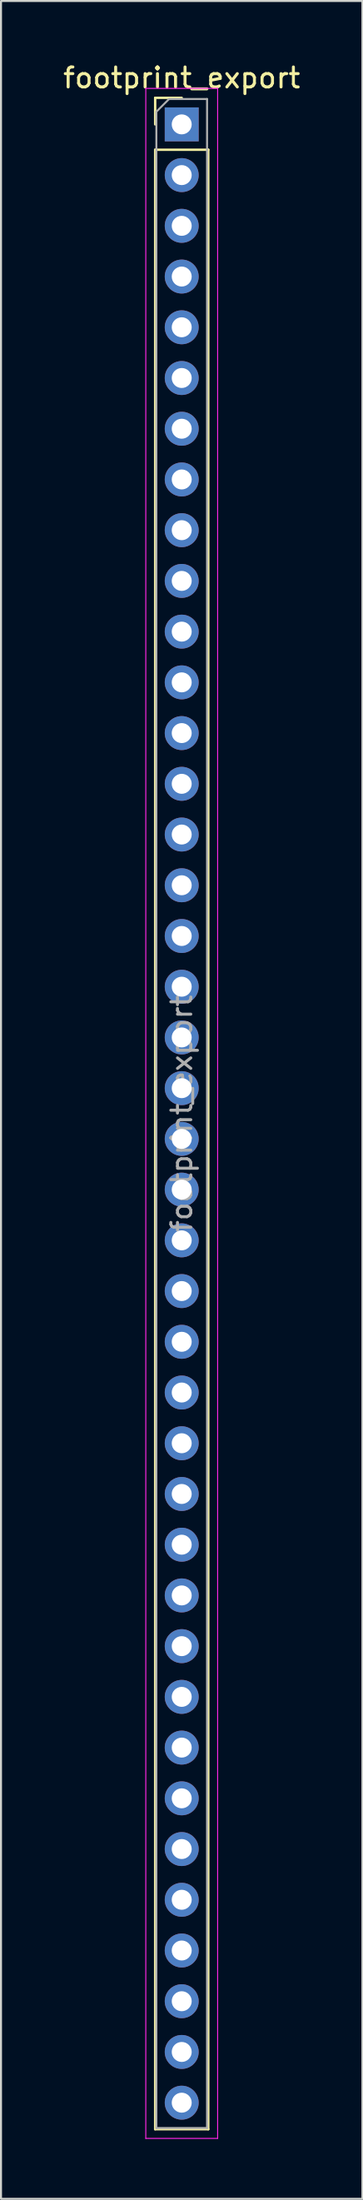
<source format=kicad_pcb>
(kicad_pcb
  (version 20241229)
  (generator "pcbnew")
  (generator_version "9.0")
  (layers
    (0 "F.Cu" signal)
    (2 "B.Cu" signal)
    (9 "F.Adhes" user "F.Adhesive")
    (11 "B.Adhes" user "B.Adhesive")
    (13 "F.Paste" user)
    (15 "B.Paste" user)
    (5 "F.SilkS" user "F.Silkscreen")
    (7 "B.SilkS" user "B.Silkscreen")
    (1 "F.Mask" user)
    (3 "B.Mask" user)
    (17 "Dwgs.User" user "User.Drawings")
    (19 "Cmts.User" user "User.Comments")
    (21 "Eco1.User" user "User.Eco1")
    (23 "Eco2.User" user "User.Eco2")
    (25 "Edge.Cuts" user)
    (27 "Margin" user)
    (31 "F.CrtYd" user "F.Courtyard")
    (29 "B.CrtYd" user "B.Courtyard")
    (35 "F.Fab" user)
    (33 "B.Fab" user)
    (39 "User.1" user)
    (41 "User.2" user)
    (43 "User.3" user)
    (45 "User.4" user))
  (footprint "footprint_export"
    (layer "F.Cu")
    (at 6.054 3.178)
    (property "Reference" "footprint_export" (at 0 -2.33 0) (layer "F.SilkS") (effects (font (size 1 1) (thickness 0.15))))
    (attr through_hole)
    (fp_line (start -1.33 -1.33) (end 0 -1.33) (stroke (width 0.12) (type solid)) (layer "F.SilkS"))
    (fp_line (start -1.33 0) (end -1.33 -1.33) (stroke (width 0.12) (type solid)) (layer "F.SilkS"))
    (fp_line (start -1.33 1.27) (end -1.33 100.39) (stroke (width 0.12) (type solid)) (layer "F.SilkS"))
    (fp_line (start -1.33 1.27) (end 1.33 1.27) (stroke (width 0.12) (type solid)) (layer "F.SilkS"))
    (fp_line (start -1.33 100.39) (end 1.33 100.39) (stroke (width 0.12) (type solid)) (layer "F.SilkS"))
    (fp_line (start 1.33 1.27) (end 1.33 100.39) (stroke (width 0.12) (type solid)) (layer "F.SilkS"))
    (fp_line (start -1.8 -1.8) (end -1.8 100.85) (stroke (width 0.05) (type solid)) (layer "F.CrtYd"))
    (fp_line (start -1.8 100.85) (end 1.8 100.85) (stroke (width 0.05) (type solid)) (layer "F.CrtYd"))
    (fp_line (start 1.8 -1.8) (end -1.8 -1.8) (stroke (width 0.05) (type solid)) (layer "F.CrtYd"))
    (fp_line (start 1.8 100.85) (end 1.8 -1.8) (stroke (width 0.05) (type solid)) (layer "F.CrtYd"))
    (fp_line (start -1.27 -0.635) (end -0.635 -1.27) (stroke (width 0.1) (type solid)) (layer "F.Fab"))
    (fp_line (start -1.27 100.33) (end -1.27 -0.635) (stroke (width 0.1) (type solid)) (layer "F.Fab"))
    (fp_line (start -0.635 -1.27) (end 1.27 -1.27) (stroke (width 0.1) (type solid)) (layer "F.Fab"))
    (fp_line (start 1.27 -1.27) (end 1.27 100.33) (stroke (width 0.1) (type solid)) (layer "F.Fab"))
    (fp_line (start 1.27 100.33) (end -1.27 100.33) (stroke (width 0.1) (type solid)) (layer "F.Fab"))
    (fp_text user "${REFERENCE}" (at 0 49.53 90) (layer "F.Fab") (effects (font (size 1 1) (thickness 0.15))))
    (pad "1" thru_hole rect (at 0 0) (size 1.7 1.7) (drill 1) (layers "*.Cu" "*.Mask"))
    (pad "2" thru_hole oval (at 0 2.54) (size 1.7 1.7) (drill 1) (layers "*.Cu" "*.Mask"))
    (pad "3" thru_hole oval (at 0 5.08) (size 1.7 1.7) (drill 1) (layers "*.Cu" "*.Mask"))
    (pad "4" thru_hole oval (at 0 7.62) (size 1.7 1.7) (drill 1) (layers "*.Cu" "*.Mask"))
    (pad "5" thru_hole oval (at 0 10.16) (size 1.7 1.7) (drill 1) (layers "*.Cu" "*.Mask"))
    (pad "6" thru_hole oval (at 0 12.7) (size 1.7 1.7) (drill 1) (layers "*.Cu" "*.Mask"))
    (pad "7" thru_hole oval (at 0 15.24) (size 1.7 1.7) (drill 1) (layers "*.Cu" "*.Mask"))
    (pad "8" thru_hole oval (at 0 17.78) (size 1.7 1.7) (drill 1) (layers "*.Cu" "*.Mask"))
    (pad "9" thru_hole oval (at 0 20.32) (size 1.7 1.7) (drill 1) (layers "*.Cu" "*.Mask"))
    (pad "10" thru_hole oval (at 0 22.86) (size 1.7 1.7) (drill 1) (layers "*.Cu" "*.Mask"))
    (pad "11" thru_hole oval (at 0 25.4) (size 1.7 1.7) (drill 1) (layers "*.Cu" "*.Mask"))
    (pad "12" thru_hole oval (at 0 27.94) (size 1.7 1.7) (drill 1) (layers "*.Cu" "*.Mask"))
    (pad "13" thru_hole oval (at 0 30.48) (size 1.7 1.7) (drill 1) (layers "*.Cu" "*.Mask"))
    (pad "14" thru_hole oval (at 0 33.02) (size 1.7 1.7) (drill 1) (layers "*.Cu" "*.Mask"))
    (pad "15" thru_hole oval (at 0 35.56) (size 1.7 1.7) (drill 1) (layers "*.Cu" "*.Mask"))
    (pad "16" thru_hole oval (at 0 38.1) (size 1.7 1.7) (drill 1) (layers "*.Cu" "*.Mask"))
    (pad "17" thru_hole oval (at 0 40.64) (size 1.7 1.7) (drill 1) (layers "*.Cu" "*.Mask"))
    (pad "18" thru_hole oval (at 0 43.18) (size 1.7 1.7) (drill 1) (layers "*.Cu" "*.Mask"))
    (pad "19" thru_hole oval (at 0 45.72) (size 1.7 1.7) (drill 1) (layers "*.Cu" "*.Mask"))
    (pad "20" thru_hole oval (at 0 48.26) (size 1.7 1.7) (drill 1) (layers "*.Cu" "*.Mask"))
    (pad "21" thru_hole oval (at 0 50.8) (size 1.7 1.7) (drill 1) (layers "*.Cu" "*.Mask"))
    (pad "22" thru_hole oval (at 0 53.34) (size 1.7 1.7) (drill 1) (layers "*.Cu" "*.Mask"))
    (pad "23" thru_hole oval (at 0 55.88) (size 1.7 1.7) (drill 1) (layers "*.Cu" "*.Mask"))
    (pad "24" thru_hole oval (at 0 58.42) (size 1.7 1.7) (drill 1) (layers "*.Cu" "*.Mask"))
    (pad "25" thru_hole oval (at 0 60.96) (size 1.7 1.7) (drill 1) (layers "*.Cu" "*.Mask"))
    (pad "26" thru_hole oval (at 0 63.5) (size 1.7 1.7) (drill 1) (layers "*.Cu" "*.Mask"))
    (pad "27" thru_hole oval (at 0 66.04) (size 1.7 1.7) (drill 1) (layers "*.Cu" "*.Mask"))
    (pad "28" thru_hole oval (at 0 68.58) (size 1.7 1.7) (drill 1) (layers "*.Cu" "*.Mask"))
    (pad "29" thru_hole oval (at 0 71.12) (size 1.7 1.7) (drill 1) (layers "*.Cu" "*.Mask"))
    (pad "30" thru_hole oval (at 0 73.66) (size 1.7 1.7) (drill 1) (layers "*.Cu" "*.Mask"))
    (pad "31" thru_hole oval (at 0 76.2) (size 1.7 1.7) (drill 1) (layers "*.Cu" "*.Mask"))
    (pad "32" thru_hole oval (at 0 78.74) (size 1.7 1.7) (drill 1) (layers "*.Cu" "*.Mask"))
    (pad "33" thru_hole oval (at 0 81.28) (size 1.7 1.7) (drill 1) (layers "*.Cu" "*.Mask"))
    (pad "34" thru_hole oval (at 0 83.82) (size 1.7 1.7) (drill 1) (layers "*.Cu" "*.Mask"))
    (pad "35" thru_hole oval (at 0 86.36) (size 1.7 1.7) (drill 1) (layers "*.Cu" "*.Mask"))
    (pad "36" thru_hole oval (at 0 88.9) (size 1.7 1.7) (drill 1) (layers "*.Cu" "*.Mask"))
    (pad "37" thru_hole oval (at 0 91.44) (size 1.7 1.7) (drill 1) (layers "*.Cu" "*.Mask"))
    (pad "38" thru_hole oval (at 0 93.98) (size 1.7 1.7) (drill 1) (layers "*.Cu" "*.Mask"))
    (pad "39" thru_hole oval (at 0 96.52) (size 1.7 1.7) (drill 1) (layers "*.Cu" "*.Mask"))
    (pad "40" thru_hole oval (at 0 99.06) (size 1.7 1.7) (drill 1) (layers "*.Cu" "*.Mask")))
  (gr_rect
    (start -3 -3)
    (end 15.107 107.053)
    (stroke (width 0.1) (type default))
    (fill no)
    (layer "Edge.Cuts")))
</source>
